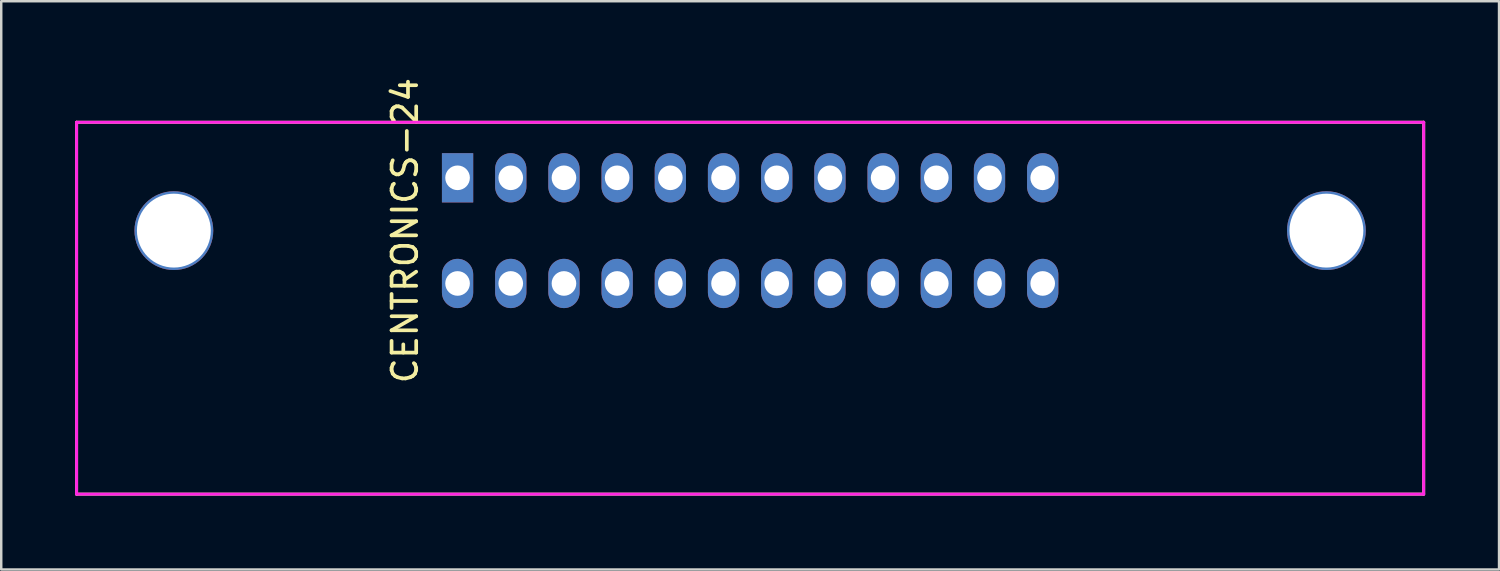
<source format=kicad_pcb>
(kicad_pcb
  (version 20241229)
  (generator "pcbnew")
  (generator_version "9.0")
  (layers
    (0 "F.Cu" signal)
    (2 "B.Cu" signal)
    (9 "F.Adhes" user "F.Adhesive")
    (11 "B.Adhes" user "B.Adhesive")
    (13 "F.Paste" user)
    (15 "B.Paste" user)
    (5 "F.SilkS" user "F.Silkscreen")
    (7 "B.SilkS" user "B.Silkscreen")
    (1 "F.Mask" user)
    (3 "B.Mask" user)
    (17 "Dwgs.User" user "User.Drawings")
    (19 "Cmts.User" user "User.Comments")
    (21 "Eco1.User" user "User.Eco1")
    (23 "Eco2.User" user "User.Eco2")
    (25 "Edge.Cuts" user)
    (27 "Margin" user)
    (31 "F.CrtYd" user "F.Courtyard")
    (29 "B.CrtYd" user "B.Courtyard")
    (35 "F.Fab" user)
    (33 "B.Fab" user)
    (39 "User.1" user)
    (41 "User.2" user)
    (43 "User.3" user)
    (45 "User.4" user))
  (footprint "CENTRONICS-24"
    (layer "F.Cu")
    (at 27.41 6.315)
    (property "Reference" "CENTRONICS-24" (at -14.015 0 90) (layer "F.SilkS") (effects (font (size 1 1) (thickness 0.15))))
    (attr through_hole)
    (fp_line (start -27.35 10.7) (end -27.35 -4.4) (stroke (width 0.12) (type solid)) (layer "F.SilkS"))
    (fp_line (start -27.35 10.7) (end 27.35 10.7) (stroke (width 0.12) (type solid)) (layer "F.SilkS"))
    (fp_line (start 27.35 -4.4) (end -27.35 -4.4) (stroke (width 0.12) (type solid)) (layer "F.SilkS"))
    (fp_line (start 27.35 10.7) (end 27.35 -4.4) (stroke (width 0.12) (type solid)) (layer "F.SilkS"))
    (fp_line (start -27.35 -4.4) (end -27.35 10.7) (stroke (width 0.12) (type solid)) (layer "F.CrtYd"))
    (fp_line (start -27.35 -4.4) (end 27.35 -4.4) (stroke (width 0.12) (type solid)) (layer "F.CrtYd"))
    (fp_line (start 27.35 -4.4) (end 27.35 10.7) (stroke (width 0.12) (type solid)) (layer "F.CrtYd"))
    (fp_line (start 27.35 10.7) (end -27.35 10.7) (stroke (width 0.12) (type solid)) (layer "F.CrtYd"))
    (pad "" thru_hole circle (at -23.4 0) (size 3.2 3.2) (drill 3) (layers "*.Cu" "*.Mask"))
    (pad "" thru_hole circle (at 23.4 0) (size 3.2 3.2) (drill 3) (layers "*.Cu" "*.Mask"))
    (pad "1" thru_hole rect (at -11.88 -2.145) (size 1.27 2) (drill 1) (layers "*.Cu" "*.Mask"))
    (pad "2" thru_hole oval (at -9.72 -2.145) (size 1.27 2) (drill 1) (layers "*.Cu" "*.Mask"))
    (pad "3" thru_hole oval (at -7.56 -2.145) (size 1.27 2) (drill 1) (layers "*.Cu" "*.Mask"))
    (pad "4" thru_hole oval (at -5.4 -2.145) (size 1.27 2) (drill 1) (layers "*.Cu" "*.Mask"))
    (pad "5" thru_hole oval (at -3.24 -2.145) (size 1.27 2) (drill 1) (layers "*.Cu" "*.Mask"))
    (pad "6" thru_hole oval (at -1.08 -2.145) (size 1.27 2) (drill 1) (layers "*.Cu" "*.Mask"))
    (pad "7" thru_hole oval (at 1.08 -2.145) (size 1.27 2) (drill 1) (layers "*.Cu" "*.Mask"))
    (pad "8" thru_hole oval (at 3.24 -2.145) (size 1.27 2) (drill 1) (layers "*.Cu" "*.Mask"))
    (pad "9" thru_hole oval (at 5.4 -2.145) (size 1.27 2) (drill 1) (layers "*.Cu" "*.Mask"))
    (pad "10" thru_hole oval (at 7.56 -2.145) (size 1.27 2) (drill 1) (layers "*.Cu" "*.Mask"))
    (pad "11" thru_hole oval (at 9.72 -2.145) (size 1.27 2) (drill 1) (layers "*.Cu" "*.Mask"))
    (pad "12" thru_hole oval (at 11.88 -2.145) (size 1.27 2) (drill 1) (layers "*.Cu" "*.Mask"))
    (pad "13" thru_hole oval (at -11.88 2.145) (size 1.27 2) (drill 1) (layers "*.Cu" "*.Mask"))
    (pad "14" thru_hole oval (at -9.72 2.145) (size 1.27 2) (drill 1) (layers "*.Cu" "*.Mask"))
    (pad "15" thru_hole oval (at -7.56 2.145) (size 1.27 2) (drill 1) (layers "*.Cu" "*.Mask"))
    (pad "16" thru_hole oval (at -5.4 2.145) (size 1.27 2) (drill 1) (layers "*.Cu" "*.Mask"))
    (pad "17" thru_hole oval (at -3.24 2.145) (size 1.27 2) (drill 1) (layers "*.Cu" "*.Mask"))
    (pad "18" thru_hole oval (at -1.08 2.145) (size 1.27 2) (drill 1) (layers "*.Cu" "*.Mask"))
    (pad "19" thru_hole oval (at 1.08 2.145) (size 1.27 2) (drill 1) (layers "*.Cu" "*.Mask"))
    (pad "20" thru_hole oval (at 3.24 2.145) (size 1.27 2) (drill 1) (layers "*.Cu" "*.Mask"))
    (pad "21" thru_hole oval (at 5.4 2.145) (size 1.27 2) (drill 1) (layers "*.Cu" "*.Mask"))
    (pad "22" thru_hole oval (at 7.56 2.145) (size 1.27 2) (drill 1) (layers "*.Cu" "*.Mask"))
    (pad "23" thru_hole oval (at 9.72 2.145) (size 1.27 2) (drill 1) (layers "*.Cu" "*.Mask"))
    (pad "24" thru_hole oval (at 11.88 2.145) (size 1.27 2) (drill 1) (layers "*.Cu" "*.Mask")))
  (gr_rect
    (start -3 -3)
    (end 57.82 20.075)
    (stroke (width 0.1) (type default))
    (fill no)
    (layer "Edge.Cuts")))
</source>
